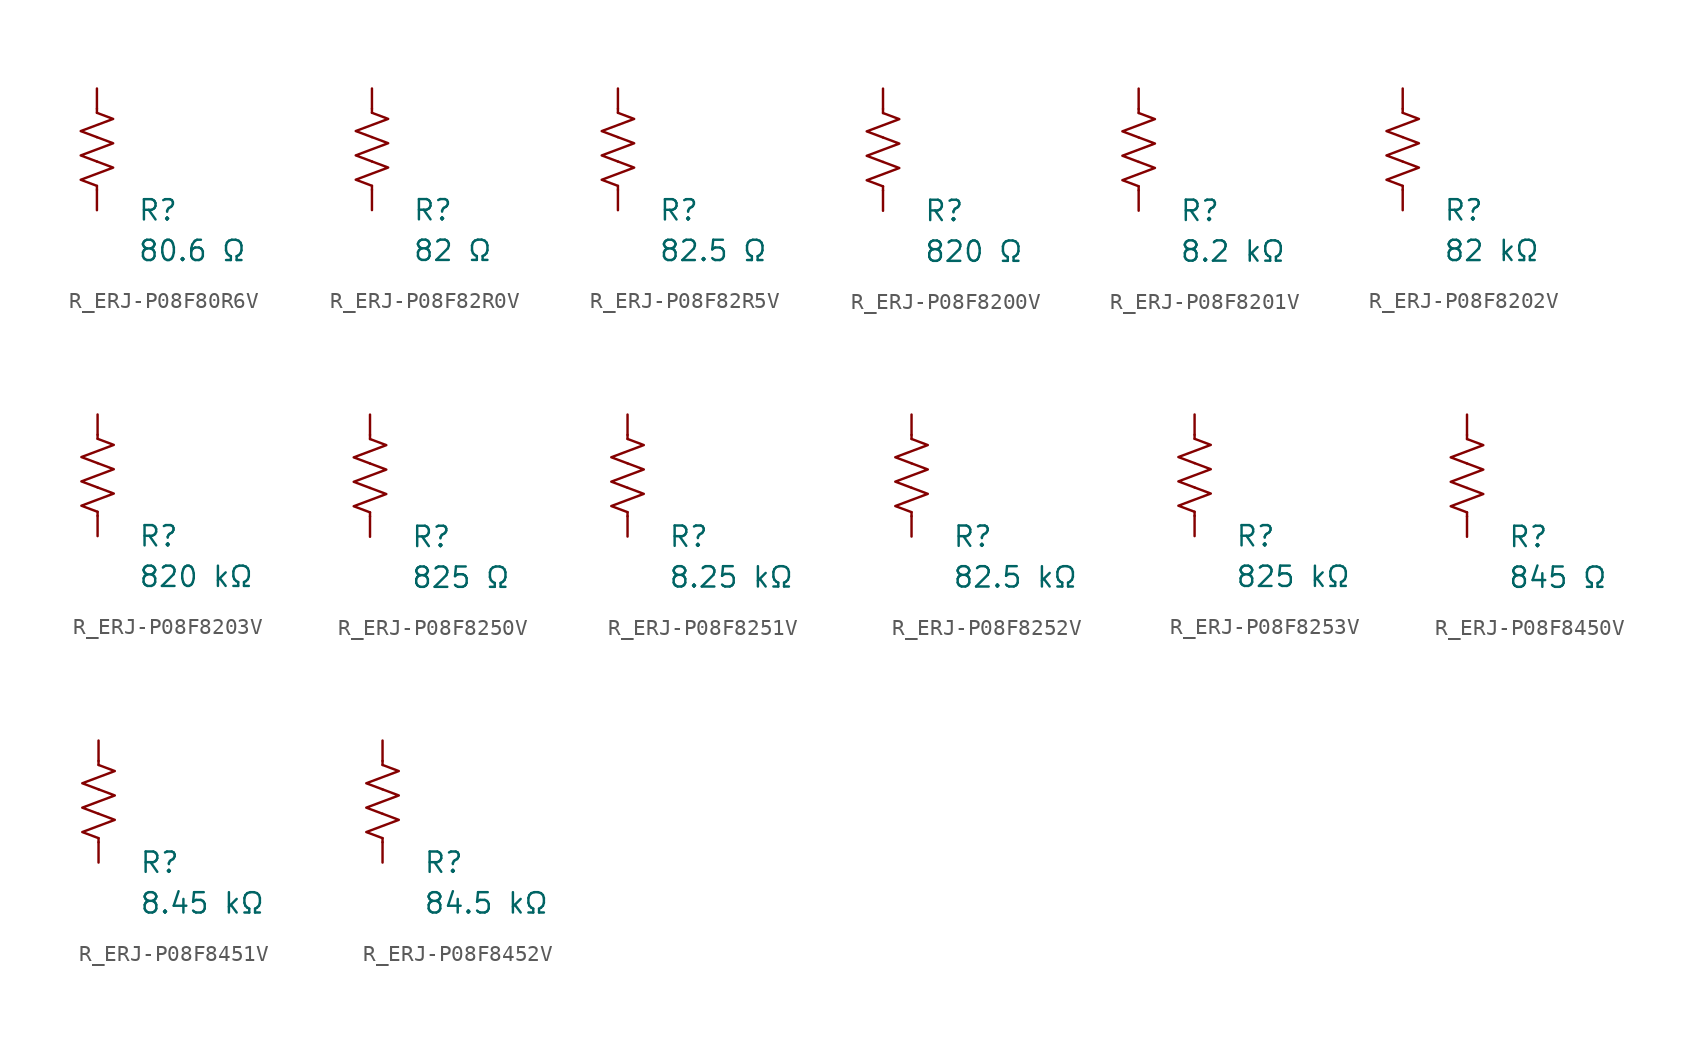
<source format=kicad_sym>
(kicad_symbol_lib
  (version 20231120)
  (generator "kicad_symbol_editor")
  (generator_version "8.0")
  (symbol "R_ERJ-P08F80R6V"
    (pin_numbers hide)
    (pin_names
      (offset 0))
    (property "Reference" "R"
      (at 2.54 -3.81 0)
      (effects (font (size 1.27 1.27)) (justify left))
      (show_name no))
    (property "Value" "80.6 Ω"
      (at 2.54 -6.35 0)
      (effects (font (size 1.27 1.27)) (justify left))
      (show_name no))
    (symbol "R_ERJ-P08F80R6V_0_1"
      (polyline (pts (xy 0 -2.286) (xy 0 -2.54)) (stroke (width 0) (type default)) (fill (type none)))
      (polyline (pts (xy 0 2.286) (xy 0 2.54)) (stroke (width 0) (type default)) (fill (type none)))
      (polyline (pts (xy 0 -0.762) (xy 1.016 -1.143) (xy 0 -1.524) (xy -1.016 -1.905) (xy 0 -2.286)) (stroke (width 0) (type default)) (fill (type none)))
      (polyline (pts (xy 0 0.762) (xy 1.016 0.381) (xy 0 0) (xy -1.016 -0.381) (xy 0 -0.762)) (stroke (width 0) (type default)) (fill (type none)))
      (polyline (pts (xy 0 2.286) (xy 1.016 1.905) (xy 0 1.524) (xy -1.016 1.143) (xy 0 0.762)) (stroke (width 0) (type default)) (fill (type none))))
    (symbol "R_ERJ-P08F80R6V_1_1"
      (pin passive line (at 0 3.81 270) (length 1.27) (name "~" (effects (font (size 1.27 1.27)))) (number "1" (effects (font (size 1.27 1.27)))))
      (pin passive line (at 0 -3.81 90) (length 1.27) (name "~" (effects (font (size 1.27 1.27)))) (number "2" (effects (font (size 1.27 1.27)))))))
  (symbol "R_ERJ-P08F82R0V"
    (pin_numbers hide)
    (pin_names
      (offset 0))
    (property "Reference" "R"
      (at 2.54 -3.81 0)
      (effects (font (size 1.27 1.27)) (justify left))
      (show_name no))
    (property "Value" "82 Ω"
      (at 2.54 -6.35 0)
      (effects (font (size 1.27 1.27)) (justify left))
      (show_name no))
    (symbol "R_ERJ-P08F82R0V_0_1"
      (polyline (pts (xy 0 -2.286) (xy 0 -2.54)) (stroke (width 0) (type default)) (fill (type none)))
      (polyline (pts (xy 0 2.286) (xy 0 2.54)) (stroke (width 0) (type default)) (fill (type none)))
      (polyline (pts (xy 0 -0.762) (xy 1.016 -1.143) (xy 0 -1.524) (xy -1.016 -1.905) (xy 0 -2.286)) (stroke (width 0) (type default)) (fill (type none)))
      (polyline (pts (xy 0 0.762) (xy 1.016 0.381) (xy 0 0) (xy -1.016 -0.381) (xy 0 -0.762)) (stroke (width 0) (type default)) (fill (type none)))
      (polyline (pts (xy 0 2.286) (xy 1.016 1.905) (xy 0 1.524) (xy -1.016 1.143) (xy 0 0.762)) (stroke (width 0) (type default)) (fill (type none))))
    (symbol "R_ERJ-P08F82R0V_1_1"
      (pin passive line (at 0 3.81 270) (length 1.27) (name "~" (effects (font (size 1.27 1.27)))) (number "1" (effects (font (size 1.27 1.27)))))
      (pin passive line (at 0 -3.81 90) (length 1.27) (name "~" (effects (font (size 1.27 1.27)))) (number "2" (effects (font (size 1.27 1.27)))))))
  (symbol "R_ERJ-P08F82R5V"
    (pin_numbers hide)
    (pin_names
      (offset 0))
    (property "Reference" "R"
      (at 2.54 -3.81 0)
      (effects (font (size 1.27 1.27)) (justify left))
      (show_name no))
    (property "Value" "82.5 Ω"
      (at 2.54 -6.35 0)
      (effects (font (size 1.27 1.27)) (justify left))
      (show_name no))
    (symbol "R_ERJ-P08F82R5V_0_1"
      (polyline (pts (xy 0 -2.286) (xy 0 -2.54)) (stroke (width 0) (type default)) (fill (type none)))
      (polyline (pts (xy 0 2.286) (xy 0 2.54)) (stroke (width 0) (type default)) (fill (type none)))
      (polyline (pts (xy 0 -0.762) (xy 1.016 -1.143) (xy 0 -1.524) (xy -1.016 -1.905) (xy 0 -2.286)) (stroke (width 0) (type default)) (fill (type none)))
      (polyline (pts (xy 0 0.762) (xy 1.016 0.381) (xy 0 0) (xy -1.016 -0.381) (xy 0 -0.762)) (stroke (width 0) (type default)) (fill (type none)))
      (polyline (pts (xy 0 2.286) (xy 1.016 1.905) (xy 0 1.524) (xy -1.016 1.143) (xy 0 0.762)) (stroke (width 0) (type default)) (fill (type none))))
    (symbol "R_ERJ-P08F82R5V_1_1"
      (pin passive line (at 0 3.81 270) (length 1.27) (name "~" (effects (font (size 1.27 1.27)))) (number "1" (effects (font (size 1.27 1.27)))))
      (pin passive line (at 0 -3.81 90) (length 1.27) (name "~" (effects (font (size 1.27 1.27)))) (number "2" (effects (font (size 1.27 1.27)))))))
  (symbol "R_ERJ-P08F8200V"
    (pin_numbers hide)
    (pin_names
      (offset 0))
    (property "Reference" "R"
      (at 2.54 -3.81 0)
      (effects (font (size 1.27 1.27)) (justify left))
      (show_name no))
    (property "Value" "820 Ω"
      (at 2.54 -6.35 0)
      (effects (font (size 1.27 1.27)) (justify left))
      (show_name no))
    (symbol "R_ERJ-P08F8200V_0_1"
      (polyline (pts (xy 0 -2.286) (xy 0 -2.54)) (stroke (width 0) (type default)) (fill (type none)))
      (polyline (pts (xy 0 2.286) (xy 0 2.54)) (stroke (width 0) (type default)) (fill (type none)))
      (polyline (pts (xy 0 -0.762) (xy 1.016 -1.143) (xy 0 -1.524) (xy -1.016 -1.905) (xy 0 -2.286)) (stroke (width 0) (type default)) (fill (type none)))
      (polyline (pts (xy 0 0.762) (xy 1.016 0.381) (xy 0 0) (xy -1.016 -0.381) (xy 0 -0.762)) (stroke (width 0) (type default)) (fill (type none)))
      (polyline (pts (xy 0 2.286) (xy 1.016 1.905) (xy 0 1.524) (xy -1.016 1.143) (xy 0 0.762)) (stroke (width 0) (type default)) (fill (type none))))
    (symbol "R_ERJ-P08F8200V_1_1"
      (pin passive line (at 0 3.81 270) (length 1.27) (name "~" (effects (font (size 1.27 1.27)))) (number "1" (effects (font (size 1.27 1.27)))))
      (pin passive line (at 0 -3.81 90) (length 1.27) (name "~" (effects (font (size 1.27 1.27)))) (number "2" (effects (font (size 1.27 1.27)))))))
  (symbol "R_ERJ-P08F8201V"
    (pin_numbers hide)
    (pin_names
      (offset 0))
    (property "Reference" "R"
      (at 2.54 -3.81 0)
      (effects (font (size 1.27 1.27)) (justify left))
      (show_name no))
    (property "Value" "8.2 kΩ"
      (at 2.54 -6.35 0)
      (effects (font (size 1.27 1.27)) (justify left))
      (show_name no))
    (symbol "R_ERJ-P08F8201V_0_1"
      (polyline (pts (xy 0 -2.286) (xy 0 -2.54)) (stroke (width 0) (type default)) (fill (type none)))
      (polyline (pts (xy 0 2.286) (xy 0 2.54)) (stroke (width 0) (type default)) (fill (type none)))
      (polyline (pts (xy 0 -0.762) (xy 1.016 -1.143) (xy 0 -1.524) (xy -1.016 -1.905) (xy 0 -2.286)) (stroke (width 0) (type default)) (fill (type none)))
      (polyline (pts (xy 0 0.762) (xy 1.016 0.381) (xy 0 0) (xy -1.016 -0.381) (xy 0 -0.762)) (stroke (width 0) (type default)) (fill (type none)))
      (polyline (pts (xy 0 2.286) (xy 1.016 1.905) (xy 0 1.524) (xy -1.016 1.143) (xy 0 0.762)) (stroke (width 0) (type default)) (fill (type none))))
    (symbol "R_ERJ-P08F8201V_1_1"
      (pin passive line (at 0 3.81 270) (length 1.27) (name "~" (effects (font (size 1.27 1.27)))) (number "1" (effects (font (size 1.27 1.27)))))
      (pin passive line (at 0 -3.81 90) (length 1.27) (name "~" (effects (font (size 1.27 1.27)))) (number "2" (effects (font (size 1.27 1.27)))))))
  (symbol "R_ERJ-P08F8202V"
    (pin_numbers hide)
    (pin_names
      (offset 0))
    (property "Reference" "R"
      (at 2.54 -3.81 0)
      (effects (font (size 1.27 1.27)) (justify left))
      (show_name no))
    (property "Value" "82 kΩ"
      (at 2.54 -6.35 0)
      (effects (font (size 1.27 1.27)) (justify left))
      (show_name no))
    (symbol "R_ERJ-P08F8202V_0_1"
      (polyline (pts (xy 0 -2.286) (xy 0 -2.54)) (stroke (width 0) (type default)) (fill (type none)))
      (polyline (pts (xy 0 2.286) (xy 0 2.54)) (stroke (width 0) (type default)) (fill (type none)))
      (polyline (pts (xy 0 -0.762) (xy 1.016 -1.143) (xy 0 -1.524) (xy -1.016 -1.905) (xy 0 -2.286)) (stroke (width 0) (type default)) (fill (type none)))
      (polyline (pts (xy 0 0.762) (xy 1.016 0.381) (xy 0 0) (xy -1.016 -0.381) (xy 0 -0.762)) (stroke (width 0) (type default)) (fill (type none)))
      (polyline (pts (xy 0 2.286) (xy 1.016 1.905) (xy 0 1.524) (xy -1.016 1.143) (xy 0 0.762)) (stroke (width 0) (type default)) (fill (type none))))
    (symbol "R_ERJ-P08F8202V_1_1"
      (pin passive line (at 0 3.81 270) (length 1.27) (name "~" (effects (font (size 1.27 1.27)))) (number "1" (effects (font (size 1.27 1.27)))))
      (pin passive line (at 0 -3.81 90) (length 1.27) (name "~" (effects (font (size 1.27 1.27)))) (number "2" (effects (font (size 1.27 1.27)))))))
  (symbol "R_ERJ-P08F8203V"
    (pin_numbers hide)
    (pin_names
      (offset 0))
    (property "Reference" "R"
      (at 2.54 -3.81 0)
      (effects (font (size 1.27 1.27)) (justify left))
      (show_name no))
    (property "Value" "820 kΩ"
      (at 2.54 -6.35 0)
      (effects (font (size 1.27 1.27)) (justify left))
      (show_name no))
    (symbol "R_ERJ-P08F8203V_0_1"
      (polyline (pts (xy 0 -2.286) (xy 0 -2.54)) (stroke (width 0) (type default)) (fill (type none)))
      (polyline (pts (xy 0 2.286) (xy 0 2.54)) (stroke (width 0) (type default)) (fill (type none)))
      (polyline (pts (xy 0 -0.762) (xy 1.016 -1.143) (xy 0 -1.524) (xy -1.016 -1.905) (xy 0 -2.286)) (stroke (width 0) (type default)) (fill (type none)))
      (polyline (pts (xy 0 0.762) (xy 1.016 0.381) (xy 0 0) (xy -1.016 -0.381) (xy 0 -0.762)) (stroke (width 0) (type default)) (fill (type none)))
      (polyline (pts (xy 0 2.286) (xy 1.016 1.905) (xy 0 1.524) (xy -1.016 1.143) (xy 0 0.762)) (stroke (width 0) (type default)) (fill (type none))))
    (symbol "R_ERJ-P08F8203V_1_1"
      (pin passive line (at 0 3.81 270) (length 1.27) (name "~" (effects (font (size 1.27 1.27)))) (number "1" (effects (font (size 1.27 1.27)))))
      (pin passive line (at 0 -3.81 90) (length 1.27) (name "~" (effects (font (size 1.27 1.27)))) (number "2" (effects (font (size 1.27 1.27)))))))
  (symbol "R_ERJ-P08F8250V"
    (pin_numbers hide)
    (pin_names
      (offset 0))
    (property "Reference" "R"
      (at 2.54 -3.81 0)
      (effects (font (size 1.27 1.27)) (justify left))
      (show_name no))
    (property "Value" "825 Ω"
      (at 2.54 -6.35 0)
      (effects (font (size 1.27 1.27)) (justify left))
      (show_name no))
    (symbol "R_ERJ-P08F8250V_0_1"
      (polyline (pts (xy 0 -2.286) (xy 0 -2.54)) (stroke (width 0) (type default)) (fill (type none)))
      (polyline (pts (xy 0 2.286) (xy 0 2.54)) (stroke (width 0) (type default)) (fill (type none)))
      (polyline (pts (xy 0 -0.762) (xy 1.016 -1.143) (xy 0 -1.524) (xy -1.016 -1.905) (xy 0 -2.286)) (stroke (width 0) (type default)) (fill (type none)))
      (polyline (pts (xy 0 0.762) (xy 1.016 0.381) (xy 0 0) (xy -1.016 -0.381) (xy 0 -0.762)) (stroke (width 0) (type default)) (fill (type none)))
      (polyline (pts (xy 0 2.286) (xy 1.016 1.905) (xy 0 1.524) (xy -1.016 1.143) (xy 0 0.762)) (stroke (width 0) (type default)) (fill (type none))))
    (symbol "R_ERJ-P08F8250V_1_1"
      (pin passive line (at 0 3.81 270) (length 1.27) (name "~" (effects (font (size 1.27 1.27)))) (number "1" (effects (font (size 1.27 1.27)))))
      (pin passive line (at 0 -3.81 90) (length 1.27) (name "~" (effects (font (size 1.27 1.27)))) (number "2" (effects (font (size 1.27 1.27)))))))
  (symbol "R_ERJ-P08F8251V"
    (pin_numbers hide)
    (pin_names
      (offset 0))
    (property "Reference" "R"
      (at 2.54 -3.81 0)
      (effects (font (size 1.27 1.27)) (justify left))
      (show_name no))
    (property "Value" "8.25 kΩ"
      (at 2.54 -6.35 0)
      (effects (font (size 1.27 1.27)) (justify left))
      (show_name no))
    (symbol "R_ERJ-P08F8251V_0_1"
      (polyline (pts (xy 0 -2.286) (xy 0 -2.54)) (stroke (width 0) (type default)) (fill (type none)))
      (polyline (pts (xy 0 2.286) (xy 0 2.54)) (stroke (width 0) (type default)) (fill (type none)))
      (polyline (pts (xy 0 -0.762) (xy 1.016 -1.143) (xy 0 -1.524) (xy -1.016 -1.905) (xy 0 -2.286)) (stroke (width 0) (type default)) (fill (type none)))
      (polyline (pts (xy 0 0.762) (xy 1.016 0.381) (xy 0 0) (xy -1.016 -0.381) (xy 0 -0.762)) (stroke (width 0) (type default)) (fill (type none)))
      (polyline (pts (xy 0 2.286) (xy 1.016 1.905) (xy 0 1.524) (xy -1.016 1.143) (xy 0 0.762)) (stroke (width 0) (type default)) (fill (type none))))
    (symbol "R_ERJ-P08F8251V_1_1"
      (pin passive line (at 0 3.81 270) (length 1.27) (name "~" (effects (font (size 1.27 1.27)))) (number "1" (effects (font (size 1.27 1.27)))))
      (pin passive line (at 0 -3.81 90) (length 1.27) (name "~" (effects (font (size 1.27 1.27)))) (number "2" (effects (font (size 1.27 1.27)))))))
  (symbol "R_ERJ-P08F8252V"
    (pin_numbers hide)
    (pin_names
      (offset 0))
    (property "Reference" "R"
      (at 2.54 -3.81 0)
      (effects (font (size 1.27 1.27)) (justify left))
      (show_name no))
    (property "Value" "82.5 kΩ"
      (at 2.54 -6.35 0)
      (effects (font (size 1.27 1.27)) (justify left))
      (show_name no))
    (symbol "R_ERJ-P08F8252V_0_1"
      (polyline (pts (xy 0 -2.286) (xy 0 -2.54)) (stroke (width 0) (type default)) (fill (type none)))
      (polyline (pts (xy 0 2.286) (xy 0 2.54)) (stroke (width 0) (type default)) (fill (type none)))
      (polyline (pts (xy 0 -0.762) (xy 1.016 -1.143) (xy 0 -1.524) (xy -1.016 -1.905) (xy 0 -2.286)) (stroke (width 0) (type default)) (fill (type none)))
      (polyline (pts (xy 0 0.762) (xy 1.016 0.381) (xy 0 0) (xy -1.016 -0.381) (xy 0 -0.762)) (stroke (width 0) (type default)) (fill (type none)))
      (polyline (pts (xy 0 2.286) (xy 1.016 1.905) (xy 0 1.524) (xy -1.016 1.143) (xy 0 0.762)) (stroke (width 0) (type default)) (fill (type none))))
    (symbol "R_ERJ-P08F8252V_1_1"
      (pin passive line (at 0 3.81 270) (length 1.27) (name "~" (effects (font (size 1.27 1.27)))) (number "1" (effects (font (size 1.27 1.27)))))
      (pin passive line (at 0 -3.81 90) (length 1.27) (name "~" (effects (font (size 1.27 1.27)))) (number "2" (effects (font (size 1.27 1.27)))))))
  (symbol "R_ERJ-P08F8253V"
    (pin_numbers hide)
    (pin_names
      (offset 0))
    (property "Reference" "R"
      (at 2.54 -3.81 0)
      (effects (font (size 1.27 1.27)) (justify left))
      (show_name no))
    (property "Value" "825 kΩ"
      (at 2.54 -6.35 0)
      (effects (font (size 1.27 1.27)) (justify left))
      (show_name no))
    (symbol "R_ERJ-P08F8253V_0_1"
      (polyline (pts (xy 0 -2.286) (xy 0 -2.54)) (stroke (width 0) (type default)) (fill (type none)))
      (polyline (pts (xy 0 2.286) (xy 0 2.54)) (stroke (width 0) (type default)) (fill (type none)))
      (polyline (pts (xy 0 -0.762) (xy 1.016 -1.143) (xy 0 -1.524) (xy -1.016 -1.905) (xy 0 -2.286)) (stroke (width 0) (type default)) (fill (type none)))
      (polyline (pts (xy 0 0.762) (xy 1.016 0.381) (xy 0 0) (xy -1.016 -0.381) (xy 0 -0.762)) (stroke (width 0) (type default)) (fill (type none)))
      (polyline (pts (xy 0 2.286) (xy 1.016 1.905) (xy 0 1.524) (xy -1.016 1.143) (xy 0 0.762)) (stroke (width 0) (type default)) (fill (type none))))
    (symbol "R_ERJ-P08F8253V_1_1"
      (pin passive line (at 0 3.81 270) (length 1.27) (name "~" (effects (font (size 1.27 1.27)))) (number "1" (effects (font (size 1.27 1.27)))))
      (pin passive line (at 0 -3.81 90) (length 1.27) (name "~" (effects (font (size 1.27 1.27)))) (number "2" (effects (font (size 1.27 1.27)))))))
  (symbol "R_ERJ-P08F8450V"
    (pin_numbers hide)
    (pin_names
      (offset 0))
    (property "Reference" "R"
      (at 2.54 -3.81 0)
      (effects (font (size 1.27 1.27)) (justify left))
      (show_name no))
    (property "Value" "845 Ω"
      (at 2.54 -6.35 0)
      (effects (font (size 1.27 1.27)) (justify left))
      (show_name no))
    (symbol "R_ERJ-P08F8450V_0_1"
      (polyline (pts (xy 0 -2.286) (xy 0 -2.54)) (stroke (width 0) (type default)) (fill (type none)))
      (polyline (pts (xy 0 2.286) (xy 0 2.54)) (stroke (width 0) (type default)) (fill (type none)))
      (polyline (pts (xy 0 -0.762) (xy 1.016 -1.143) (xy 0 -1.524) (xy -1.016 -1.905) (xy 0 -2.286)) (stroke (width 0) (type default)) (fill (type none)))
      (polyline (pts (xy 0 0.762) (xy 1.016 0.381) (xy 0 0) (xy -1.016 -0.381) (xy 0 -0.762)) (stroke (width 0) (type default)) (fill (type none)))
      (polyline (pts (xy 0 2.286) (xy 1.016 1.905) (xy 0 1.524) (xy -1.016 1.143) (xy 0 0.762)) (stroke (width 0) (type default)) (fill (type none))))
    (symbol "R_ERJ-P08F8450V_1_1"
      (pin passive line (at 0 3.81 270) (length 1.27) (name "~" (effects (font (size 1.27 1.27)))) (number "1" (effects (font (size 1.27 1.27)))))
      (pin passive line (at 0 -3.81 90) (length 1.27) (name "~" (effects (font (size 1.27 1.27)))) (number "2" (effects (font (size 1.27 1.27)))))))
  (symbol "R_ERJ-P08F8451V"
    (pin_numbers hide)
    (pin_names
      (offset 0))
    (property "Reference" "R"
      (at 2.54 -3.81 0)
      (effects (font (size 1.27 1.27)) (justify left))
      (show_name no))
    (property "Value" "8.45 kΩ"
      (at 2.54 -6.35 0)
      (effects (font (size 1.27 1.27)) (justify left))
      (show_name no))
    (symbol "R_ERJ-P08F8451V_0_1"
      (polyline (pts (xy 0 -2.286) (xy 0 -2.54)) (stroke (width 0) (type default)) (fill (type none)))
      (polyline (pts (xy 0 2.286) (xy 0 2.54)) (stroke (width 0) (type default)) (fill (type none)))
      (polyline (pts (xy 0 -0.762) (xy 1.016 -1.143) (xy 0 -1.524) (xy -1.016 -1.905) (xy 0 -2.286)) (stroke (width 0) (type default)) (fill (type none)))
      (polyline (pts (xy 0 0.762) (xy 1.016 0.381) (xy 0 0) (xy -1.016 -0.381) (xy 0 -0.762)) (stroke (width 0) (type default)) (fill (type none)))
      (polyline (pts (xy 0 2.286) (xy 1.016 1.905) (xy 0 1.524) (xy -1.016 1.143) (xy 0 0.762)) (stroke (width 0) (type default)) (fill (type none))))
    (symbol "R_ERJ-P08F8451V_1_1"
      (pin passive line (at 0 3.81 270) (length 1.27) (name "~" (effects (font (size 1.27 1.27)))) (number "1" (effects (font (size 1.27 1.27)))))
      (pin passive line (at 0 -3.81 90) (length 1.27) (name "~" (effects (font (size 1.27 1.27)))) (number "2" (effects (font (size 1.27 1.27)))))))
  (symbol "R_ERJ-P08F8452V"
    (pin_numbers hide)
    (pin_names
      (offset 0))
    (property "Reference" "R"
      (at 2.54 -3.81 0)
      (effects (font (size 1.27 1.27)) (justify left))
      (show_name no))
    (property "Value" "84.5 kΩ"
      (at 2.54 -6.35 0)
      (effects (font (size 1.27 1.27)) (justify left))
      (show_name no))
    (symbol "R_ERJ-P08F8452V_0_1"
      (polyline (pts (xy 0 -2.286) (xy 0 -2.54)) (stroke (width 0) (type default)) (fill (type none)))
      (polyline (pts (xy 0 2.286) (xy 0 2.54)) (stroke (width 0) (type default)) (fill (type none)))
      (polyline (pts (xy 0 -0.762) (xy 1.016 -1.143) (xy 0 -1.524) (xy -1.016 -1.905) (xy 0 -2.286)) (stroke (width 0) (type default)) (fill (type none)))
      (polyline (pts (xy 0 0.762) (xy 1.016 0.381) (xy 0 0) (xy -1.016 -0.381) (xy 0 -0.762)) (stroke (width 0) (type default)) (fill (type none)))
      (polyline (pts (xy 0 2.286) (xy 1.016 1.905) (xy 0 1.524) (xy -1.016 1.143) (xy 0 0.762)) (stroke (width 0) (type default)) (fill (type none))))
    (symbol "R_ERJ-P08F8452V_1_1"
      (pin passive line (at 0 3.81 270) (length 1.27) (name "~" (effects (font (size 1.27 1.27)))) (number "1" (effects (font (size 1.27 1.27)))))
      (pin passive line (at 0 -3.81 90) (length 1.27) (name "~" (effects (font (size 1.27 1.27)))) (number "2" (effects (font (size 1.27 1.27))))))))
</source>
